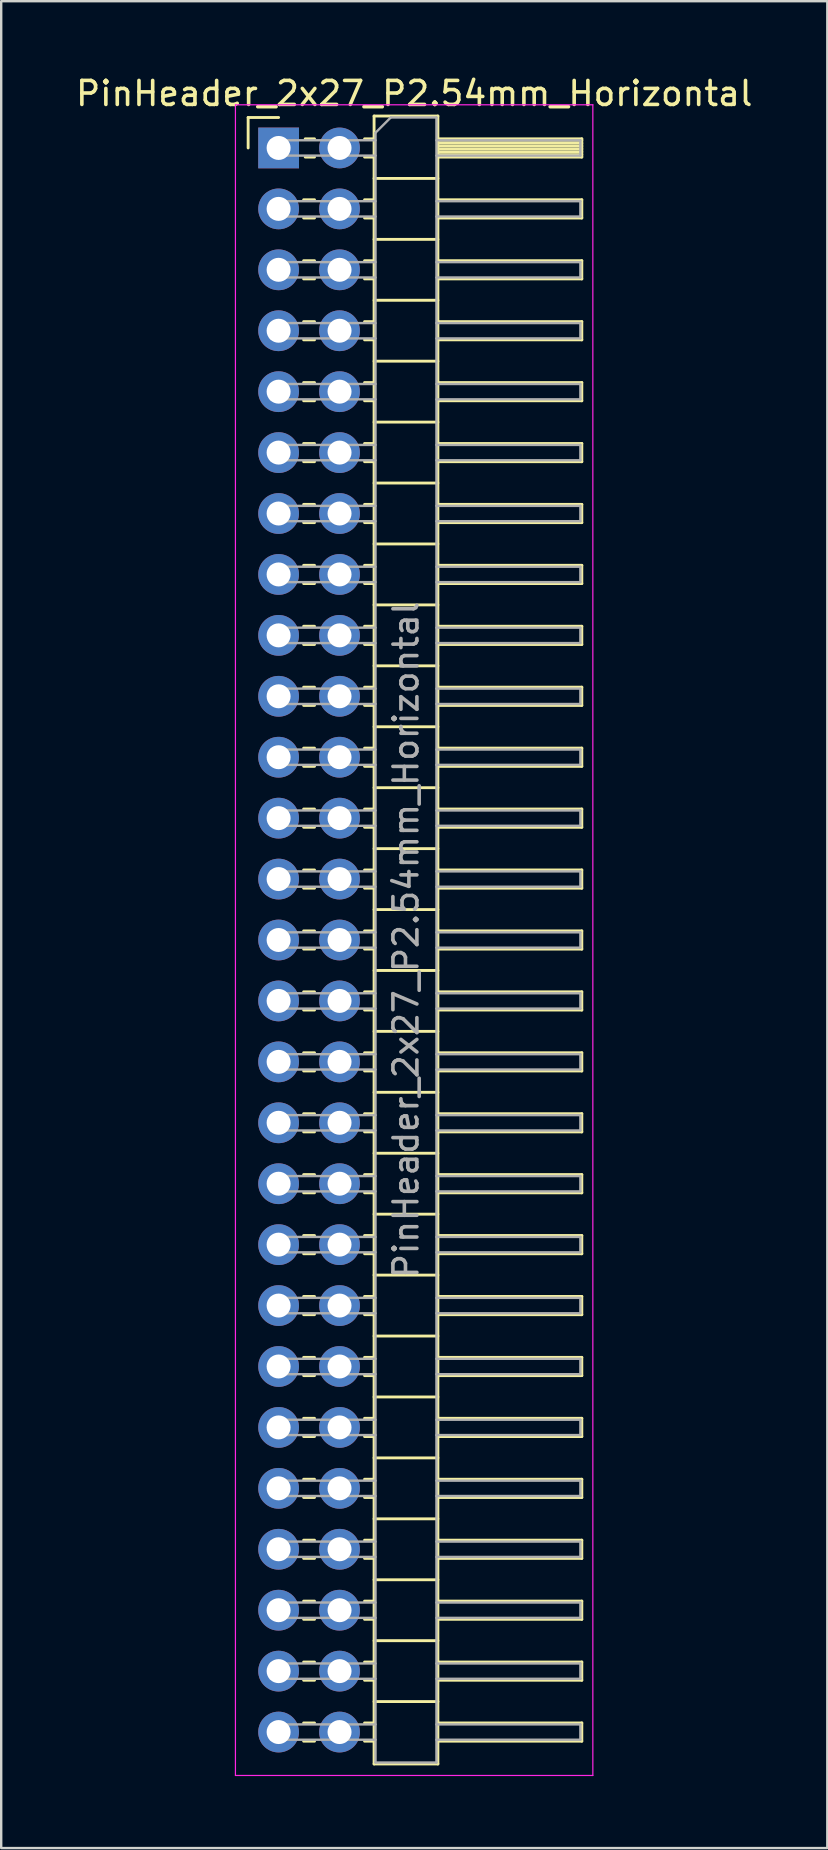
<source format=kicad_pcb>
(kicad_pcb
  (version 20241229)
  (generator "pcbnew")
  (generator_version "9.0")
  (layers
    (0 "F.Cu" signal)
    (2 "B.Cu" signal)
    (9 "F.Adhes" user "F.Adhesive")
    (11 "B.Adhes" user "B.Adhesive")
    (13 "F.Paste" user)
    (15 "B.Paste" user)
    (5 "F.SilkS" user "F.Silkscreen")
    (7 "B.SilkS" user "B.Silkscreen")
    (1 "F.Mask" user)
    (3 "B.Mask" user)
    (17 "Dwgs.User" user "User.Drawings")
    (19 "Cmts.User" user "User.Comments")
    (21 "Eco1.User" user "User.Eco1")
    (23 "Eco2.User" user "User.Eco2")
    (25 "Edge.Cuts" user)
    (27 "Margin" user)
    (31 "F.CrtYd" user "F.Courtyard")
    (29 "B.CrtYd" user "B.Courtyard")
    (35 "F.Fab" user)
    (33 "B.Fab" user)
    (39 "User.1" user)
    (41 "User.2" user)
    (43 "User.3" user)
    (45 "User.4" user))
  (footprint "PinHeader_2x27_P2.54mm_Horizontal"
    (layer "F.Cu")
    (at 8.565 3.118)
    (property "Reference" "PinHeader_2x27_P2.54mm_Horizontal" (at 5.655 -2.27 0) (layer "F.SilkS") (effects (font (size 1 1) (thickness 0.15))))
    (attr through_hole)
    (fp_line (start -1.27 -1.27) (end 0 -1.27) (stroke (width 0.12) (type solid)) (layer "F.SilkS"))
    (fp_line (start -1.27 0) (end -1.27 -1.27) (stroke (width 0.12) (type solid)) (layer "F.SilkS"))
    (fp_line (start 1.043 2.16) (end 1.497 2.16) (stroke (width 0.12) (type solid)) (layer "F.SilkS"))
    (fp_line (start 1.043 2.92) (end 1.497 2.92) (stroke (width 0.12) (type solid)) (layer "F.SilkS"))
    (fp_line (start 1.043 4.7) (end 1.497 4.7) (stroke (width 0.12) (type solid)) (layer "F.SilkS"))
    (fp_line (start 1.043 5.46) (end 1.497 5.46) (stroke (width 0.12) (type solid)) (layer "F.SilkS"))
    (fp_line (start 1.043 7.24) (end 1.497 7.24) (stroke (width 0.12) (type solid)) (layer "F.SilkS"))
    (fp_line (start 1.043 8) (end 1.497 8) (stroke (width 0.12) (type solid)) (layer "F.SilkS"))
    (fp_line (start 1.043 9.78) (end 1.497 9.78) (stroke (width 0.12) (type solid)) (layer "F.SilkS"))
    (fp_line (start 1.043 10.54) (end 1.497 10.54) (stroke (width 0.12) (type solid)) (layer "F.SilkS"))
    (fp_line (start 1.043 12.32) (end 1.497 12.32) (stroke (width 0.12) (type solid)) (layer "F.SilkS"))
    (fp_line (start 1.043 13.08) (end 1.497 13.08) (stroke (width 0.12) (type solid)) (layer "F.SilkS"))
    (fp_line (start 1.043 14.86) (end 1.497 14.86) (stroke (width 0.12) (type solid)) (layer "F.SilkS"))
    (fp_line (start 1.043 15.62) (end 1.497 15.62) (stroke (width 0.12) (type solid)) (layer "F.SilkS"))
    (fp_line (start 1.043 17.4) (end 1.497 17.4) (stroke (width 0.12) (type solid)) (layer "F.SilkS"))
    (fp_line (start 1.043 18.16) (end 1.497 18.16) (stroke (width 0.12) (type solid)) (layer "F.SilkS"))
    (fp_line (start 1.043 19.94) (end 1.497 19.94) (stroke (width 0.12) (type solid)) (layer "F.SilkS"))
    (fp_line (start 1.043 20.7) (end 1.497 20.7) (stroke (width 0.12) (type solid)) (layer "F.SilkS"))
    (fp_line (start 1.043 22.48) (end 1.497 22.48) (stroke (width 0.12) (type solid)) (layer "F.SilkS"))
    (fp_line (start 1.043 23.24) (end 1.497 23.24) (stroke (width 0.12) (type solid)) (layer "F.SilkS"))
    (fp_line (start 1.043 25.02) (end 1.497 25.02) (stroke (width 0.12) (type solid)) (layer "F.SilkS"))
    (fp_line (start 1.043 25.78) (end 1.497 25.78) (stroke (width 0.12) (type solid)) (layer "F.SilkS"))
    (fp_line (start 1.043 27.56) (end 1.497 27.56) (stroke (width 0.12) (type solid)) (layer "F.SilkS"))
    (fp_line (start 1.043 28.32) (end 1.497 28.32) (stroke (width 0.12) (type solid)) (layer "F.SilkS"))
    (fp_line (start 1.043 30.1) (end 1.497 30.1) (stroke (width 0.12) (type solid)) (layer "F.SilkS"))
    (fp_line (start 1.043 30.86) (end 1.497 30.86) (stroke (width 0.12) (type solid)) (layer "F.SilkS"))
    (fp_line (start 1.043 32.64) (end 1.497 32.64) (stroke (width 0.12) (type solid)) (layer "F.SilkS"))
    (fp_line (start 1.043 33.4) (end 1.497 33.4) (stroke (width 0.12) (type solid)) (layer "F.SilkS"))
    (fp_line (start 1.043 35.18) (end 1.497 35.18) (stroke (width 0.12) (type solid)) (layer "F.SilkS"))
    (fp_line (start 1.043 35.94) (end 1.497 35.94) (stroke (width 0.12) (type solid)) (layer "F.SilkS"))
    (fp_line (start 1.043 37.72) (end 1.497 37.72) (stroke (width 0.12) (type solid)) (layer "F.SilkS"))
    (fp_line (start 1.043 38.48) (end 1.497 38.48) (stroke (width 0.12) (type solid)) (layer "F.SilkS"))
    (fp_line (start 1.043 40.26) (end 1.497 40.26) (stroke (width 0.12) (type solid)) (layer "F.SilkS"))
    (fp_line (start 1.043 41.02) (end 1.497 41.02) (stroke (width 0.12) (type solid)) (layer "F.SilkS"))
    (fp_line (start 1.043 42.8) (end 1.497 42.8) (stroke (width 0.12) (type solid)) (layer "F.SilkS"))
    (fp_line (start 1.043 43.56) (end 1.497 43.56) (stroke (width 0.12) (type solid)) (layer "F.SilkS"))
    (fp_line (start 1.043 45.34) (end 1.497 45.34) (stroke (width 0.12) (type solid)) (layer "F.SilkS"))
    (fp_line (start 1.043 46.1) (end 1.497 46.1) (stroke (width 0.12) (type solid)) (layer "F.SilkS"))
    (fp_line (start 1.043 47.88) (end 1.497 47.88) (stroke (width 0.12) (type solid)) (layer "F.SilkS"))
    (fp_line (start 1.043 48.64) (end 1.497 48.64) (stroke (width 0.12) (type solid)) (layer "F.SilkS"))
    (fp_line (start 1.043 50.42) (end 1.497 50.42) (stroke (width 0.12) (type solid)) (layer "F.SilkS"))
    (fp_line (start 1.043 51.18) (end 1.497 51.18) (stroke (width 0.12) (type solid)) (layer "F.SilkS"))
    (fp_line (start 1.043 52.96) (end 1.497 52.96) (stroke (width 0.12) (type solid)) (layer "F.SilkS"))
    (fp_line (start 1.043 53.72) (end 1.497 53.72) (stroke (width 0.12) (type solid)) (layer "F.SilkS"))
    (fp_line (start 1.043 55.5) (end 1.497 55.5) (stroke (width 0.12) (type solid)) (layer "F.SilkS"))
    (fp_line (start 1.043 56.26) (end 1.497 56.26) (stroke (width 0.12) (type solid)) (layer "F.SilkS"))
    (fp_line (start 1.043 58.04) (end 1.497 58.04) (stroke (width 0.12) (type solid)) (layer "F.SilkS"))
    (fp_line (start 1.043 58.8) (end 1.497 58.8) (stroke (width 0.12) (type solid)) (layer "F.SilkS"))
    (fp_line (start 1.043 60.58) (end 1.497 60.58) (stroke (width 0.12) (type solid)) (layer "F.SilkS"))
    (fp_line (start 1.043 61.34) (end 1.497 61.34) (stroke (width 0.12) (type solid)) (layer "F.SilkS"))
    (fp_line (start 1.043 63.12) (end 1.497 63.12) (stroke (width 0.12) (type solid)) (layer "F.SilkS"))
    (fp_line (start 1.043 63.88) (end 1.497 63.88) (stroke (width 0.12) (type solid)) (layer "F.SilkS"))
    (fp_line (start 1.043 65.66) (end 1.497 65.66) (stroke (width 0.12) (type solid)) (layer "F.SilkS"))
    (fp_line (start 1.043 66.42) (end 1.497 66.42) (stroke (width 0.12) (type solid)) (layer "F.SilkS"))
    (fp_line (start 1.11 -0.38) (end 1.497 -0.38) (stroke (width 0.12) (type solid)) (layer "F.SilkS"))
    (fp_line (start 1.11 0.38) (end 1.497 0.38) (stroke (width 0.12) (type solid)) (layer "F.SilkS"))
    (fp_line (start 3.583 -0.38) (end 3.98 -0.38) (stroke (width 0.12) (type solid)) (layer "F.SilkS"))
    (fp_line (start 3.583 0.38) (end 3.98 0.38) (stroke (width 0.12) (type solid)) (layer "F.SilkS"))
    (fp_line (start 3.583 2.16) (end 3.98 2.16) (stroke (width 0.12) (type solid)) (layer "F.SilkS"))
    (fp_line (start 3.583 2.92) (end 3.98 2.92) (stroke (width 0.12) (type solid)) (layer "F.SilkS"))
    (fp_line (start 3.583 4.7) (end 3.98 4.7) (stroke (width 0.12) (type solid)) (layer "F.SilkS"))
    (fp_line (start 3.583 5.46) (end 3.98 5.46) (stroke (width 0.12) (type solid)) (layer "F.SilkS"))
    (fp_line (start 3.583 7.24) (end 3.98 7.24) (stroke (width 0.12) (type solid)) (layer "F.SilkS"))
    (fp_line (start 3.583 8) (end 3.98 8) (stroke (width 0.12) (type solid)) (layer "F.SilkS"))
    (fp_line (start 3.583 9.78) (end 3.98 9.78) (stroke (width 0.12) (type solid)) (layer "F.SilkS"))
    (fp_line (start 3.583 10.54) (end 3.98 10.54) (stroke (width 0.12) (type solid)) (layer "F.SilkS"))
    (fp_line (start 3.583 12.32) (end 3.98 12.32) (stroke (width 0.12) (type solid)) (layer "F.SilkS"))
    (fp_line (start 3.583 13.08) (end 3.98 13.08) (stroke (width 0.12) (type solid)) (layer "F.SilkS"))
    (fp_line (start 3.583 14.86) (end 3.98 14.86) (stroke (width 0.12) (type solid)) (layer "F.SilkS"))
    (fp_line (start 3.583 15.62) (end 3.98 15.62) (stroke (width 0.12) (type solid)) (layer "F.SilkS"))
    (fp_line (start 3.583 17.4) (end 3.98 17.4) (stroke (width 0.12) (type solid)) (layer "F.SilkS"))
    (fp_line (start 3.583 18.16) (end 3.98 18.16) (stroke (width 0.12) (type solid)) (layer "F.SilkS"))
    (fp_line (start 3.583 19.94) (end 3.98 19.94) (stroke (width 0.12) (type solid)) (layer "F.SilkS"))
    (fp_line (start 3.583 20.7) (end 3.98 20.7) (stroke (width 0.12) (type solid)) (layer "F.SilkS"))
    (fp_line (start 3.583 22.48) (end 3.98 22.48) (stroke (width 0.12) (type solid)) (layer "F.SilkS"))
    (fp_line (start 3.583 23.24) (end 3.98 23.24) (stroke (width 0.12) (type solid)) (layer "F.SilkS"))
    (fp_line (start 3.583 25.02) (end 3.98 25.02) (stroke (width 0.12) (type solid)) (layer "F.SilkS"))
    (fp_line (start 3.583 25.78) (end 3.98 25.78) (stroke (width 0.12) (type solid)) (layer "F.SilkS"))
    (fp_line (start 3.583 27.56) (end 3.98 27.56) (stroke (width 0.12) (type solid)) (layer "F.SilkS"))
    (fp_line (start 3.583 28.32) (end 3.98 28.32) (stroke (width 0.12) (type solid)) (layer "F.SilkS"))
    (fp_line (start 3.583 30.1) (end 3.98 30.1) (stroke (width 0.12) (type solid)) (layer "F.SilkS"))
    (fp_line (start 3.583 30.86) (end 3.98 30.86) (stroke (width 0.12) (type solid)) (layer "F.SilkS"))
    (fp_line (start 3.583 32.64) (end 3.98 32.64) (stroke (width 0.12) (type solid)) (layer "F.SilkS"))
    (fp_line (start 3.583 33.4) (end 3.98 33.4) (stroke (width 0.12) (type solid)) (layer "F.SilkS"))
    (fp_line (start 3.583 35.18) (end 3.98 35.18) (stroke (width 0.12) (type solid)) (layer "F.SilkS"))
    (fp_line (start 3.583 35.94) (end 3.98 35.94) (stroke (width 0.12) (type solid)) (layer "F.SilkS"))
    (fp_line (start 3.583 37.72) (end 3.98 37.72) (stroke (width 0.12) (type solid)) (layer "F.SilkS"))
    (fp_line (start 3.583 38.48) (end 3.98 38.48) (stroke (width 0.12) (type solid)) (layer "F.SilkS"))
    (fp_line (start 3.583 40.26) (end 3.98 40.26) (stroke (width 0.12) (type solid)) (layer "F.SilkS"))
    (fp_line (start 3.583 41.02) (end 3.98 41.02) (stroke (width 0.12) (type solid)) (layer "F.SilkS"))
    (fp_line (start 3.583 42.8) (end 3.98 42.8) (stroke (width 0.12) (type solid)) (layer "F.SilkS"))
    (fp_line (start 3.583 43.56) (end 3.98 43.56) (stroke (width 0.12) (type solid)) (layer "F.SilkS"))
    (fp_line (start 3.583 45.34) (end 3.98 45.34) (stroke (width 0.12) (type solid)) (layer "F.SilkS"))
    (fp_line (start 3.583 46.1) (end 3.98 46.1) (stroke (width 0.12) (type solid)) (layer "F.SilkS"))
    (fp_line (start 3.583 47.88) (end 3.98 47.88) (stroke (width 0.12) (type solid)) (layer "F.SilkS"))
    (fp_line (start 3.583 48.64) (end 3.98 48.64) (stroke (width 0.12) (type solid)) (layer "F.SilkS"))
    (fp_line (start 3.583 50.42) (end 3.98 50.42) (stroke (width 0.12) (type solid)) (layer "F.SilkS"))
    (fp_line (start 3.583 51.18) (end 3.98 51.18) (stroke (width 0.12) (type solid)) (layer "F.SilkS"))
    (fp_line (start 3.583 52.96) (end 3.98 52.96) (stroke (width 0.12) (type solid)) (layer "F.SilkS"))
    (fp_line (start 3.583 53.72) (end 3.98 53.72) (stroke (width 0.12) (type solid)) (layer "F.SilkS"))
    (fp_line (start 3.583 55.5) (end 3.98 55.5) (stroke (width 0.12) (type solid)) (layer "F.SilkS"))
    (fp_line (start 3.583 56.26) (end 3.98 56.26) (stroke (width 0.12) (type solid)) (layer "F.SilkS"))
    (fp_line (start 3.583 58.04) (end 3.98 58.04) (stroke (width 0.12) (type solid)) (layer "F.SilkS"))
    (fp_line (start 3.583 58.8) (end 3.98 58.8) (stroke (width 0.12) (type solid)) (layer "F.SilkS"))
    (fp_line (start 3.583 60.58) (end 3.98 60.58) (stroke (width 0.12) (type solid)) (layer "F.SilkS"))
    (fp_line (start 3.583 61.34) (end 3.98 61.34) (stroke (width 0.12) (type solid)) (layer "F.SilkS"))
    (fp_line (start 3.583 63.12) (end 3.98 63.12) (stroke (width 0.12) (type solid)) (layer "F.SilkS"))
    (fp_line (start 3.583 63.88) (end 3.98 63.88) (stroke (width 0.12) (type solid)) (layer "F.SilkS"))
    (fp_line (start 3.583 65.66) (end 3.98 65.66) (stroke (width 0.12) (type solid)) (layer "F.SilkS"))
    (fp_line (start 3.583 66.42) (end 3.98 66.42) (stroke (width 0.12) (type solid)) (layer "F.SilkS"))
    (fp_line (start 3.98 -1.33) (end 3.98 67.37) (stroke (width 0.12) (type solid)) (layer "F.SilkS"))
    (fp_line (start 3.98 1.27) (end 6.64 1.27) (stroke (width 0.12) (type solid)) (layer "F.SilkS"))
    (fp_line (start 3.98 3.81) (end 6.64 3.81) (stroke (width 0.12) (type solid)) (layer "F.SilkS"))
    (fp_line (start 3.98 6.35) (end 6.64 6.35) (stroke (width 0.12) (type solid)) (layer "F.SilkS"))
    (fp_line (start 3.98 8.89) (end 6.64 8.89) (stroke (width 0.12) (type solid)) (layer "F.SilkS"))
    (fp_line (start 3.98 11.43) (end 6.64 11.43) (stroke (width 0.12) (type solid)) (layer "F.SilkS"))
    (fp_line (start 3.98 13.97) (end 6.64 13.97) (stroke (width 0.12) (type solid)) (layer "F.SilkS"))
    (fp_line (start 3.98 16.51) (end 6.64 16.51) (stroke (width 0.12) (type solid)) (layer "F.SilkS"))
    (fp_line (start 3.98 19.05) (end 6.64 19.05) (stroke (width 0.12) (type solid)) (layer "F.SilkS"))
    (fp_line (start 3.98 21.59) (end 6.64 21.59) (stroke (width 0.12) (type solid)) (layer "F.SilkS"))
    (fp_line (start 3.98 24.13) (end 6.64 24.13) (stroke (width 0.12) (type solid)) (layer "F.SilkS"))
    (fp_line (start 3.98 26.67) (end 6.64 26.67) (stroke (width 0.12) (type solid)) (layer "F.SilkS"))
    (fp_line (start 3.98 29.21) (end 6.64 29.21) (stroke (width 0.12) (type solid)) (layer "F.SilkS"))
    (fp_line (start 3.98 31.75) (end 6.64 31.75) (stroke (width 0.12) (type solid)) (layer "F.SilkS"))
    (fp_line (start 3.98 34.29) (end 6.64 34.29) (stroke (width 0.12) (type solid)) (layer "F.SilkS"))
    (fp_line (start 3.98 36.83) (end 6.64 36.83) (stroke (width 0.12) (type solid)) (layer "F.SilkS"))
    (fp_line (start 3.98 39.37) (end 6.64 39.37) (stroke (width 0.12) (type solid)) (layer "F.SilkS"))
    (fp_line (start 3.98 41.91) (end 6.64 41.91) (stroke (width 0.12) (type solid)) (layer "F.SilkS"))
    (fp_line (start 3.98 44.45) (end 6.64 44.45) (stroke (width 0.12) (type solid)) (layer "F.SilkS"))
    (fp_line (start 3.98 46.99) (end 6.64 46.99) (stroke (width 0.12) (type solid)) (layer "F.SilkS"))
    (fp_line (start 3.98 49.53) (end 6.64 49.53) (stroke (width 0.12) (type solid)) (layer "F.SilkS"))
    (fp_line (start 3.98 52.07) (end 6.64 52.07) (stroke (width 0.12) (type solid)) (layer "F.SilkS"))
    (fp_line (start 3.98 54.61) (end 6.64 54.61) (stroke (width 0.12) (type solid)) (layer "F.SilkS"))
    (fp_line (start 3.98 57.15) (end 6.64 57.15) (stroke (width 0.12) (type solid)) (layer "F.SilkS"))
    (fp_line (start 3.98 59.69) (end 6.64 59.69) (stroke (width 0.12) (type solid)) (layer "F.SilkS"))
    (fp_line (start 3.98 62.23) (end 6.64 62.23) (stroke (width 0.12) (type solid)) (layer "F.SilkS"))
    (fp_line (start 3.98 64.77) (end 6.64 64.77) (stroke (width 0.12) (type solid)) (layer "F.SilkS"))
    (fp_line (start 3.98 67.37) (end 6.64 67.37) (stroke (width 0.12) (type solid)) (layer "F.SilkS"))
    (fp_line (start 6.64 -1.33) (end 3.98 -1.33) (stroke (width 0.12) (type solid)) (layer "F.SilkS"))
    (fp_line (start 6.64 -0.38) (end 12.64 -0.38) (stroke (width 0.12) (type solid)) (layer "F.SilkS"))
    (fp_line (start 6.64 -0.32) (end 12.64 -0.32) (stroke (width 0.12) (type solid)) (layer "F.SilkS"))
    (fp_line (start 6.64 -0.2) (end 12.64 -0.2) (stroke (width 0.12) (type solid)) (layer "F.SilkS"))
    (fp_line (start 6.64 -0.08) (end 12.64 -0.08) (stroke (width 0.12) (type solid)) (layer "F.SilkS"))
    (fp_line (start 6.64 0.04) (end 12.64 0.04) (stroke (width 0.12) (type solid)) (layer "F.SilkS"))
    (fp_line (start 6.64 0.16) (end 12.64 0.16) (stroke (width 0.12) (type solid)) (layer "F.SilkS"))
    (fp_line (start 6.64 0.28) (end 12.64 0.28) (stroke (width 0.12) (type solid)) (layer "F.SilkS"))
    (fp_line (start 6.64 2.16) (end 12.64 2.16) (stroke (width 0.12) (type solid)) (layer "F.SilkS"))
    (fp_line (start 6.64 4.7) (end 12.64 4.7) (stroke (width 0.12) (type solid)) (layer "F.SilkS"))
    (fp_line (start 6.64 7.24) (end 12.64 7.24) (stroke (width 0.12) (type solid)) (layer "F.SilkS"))
    (fp_line (start 6.64 9.78) (end 12.64 9.78) (stroke (width 0.12) (type solid)) (layer "F.SilkS"))
    (fp_line (start 6.64 12.32) (end 12.64 12.32) (stroke (width 0.12) (type solid)) (layer "F.SilkS"))
    (fp_line (start 6.64 14.86) (end 12.64 14.86) (stroke (width 0.12) (type solid)) (layer "F.SilkS"))
    (fp_line (start 6.64 17.4) (end 12.64 17.4) (stroke (width 0.12) (type solid)) (layer "F.SilkS"))
    (fp_line (start 6.64 19.94) (end 12.64 19.94) (stroke (width 0.12) (type solid)) (layer "F.SilkS"))
    (fp_line (start 6.64 22.48) (end 12.64 22.48) (stroke (width 0.12) (type solid)) (layer "F.SilkS"))
    (fp_line (start 6.64 25.02) (end 12.64 25.02) (stroke (width 0.12) (type solid)) (layer "F.SilkS"))
    (fp_line (start 6.64 27.56) (end 12.64 27.56) (stroke (width 0.12) (type solid)) (layer "F.SilkS"))
    (fp_line (start 6.64 30.1) (end 12.64 30.1) (stroke (width 0.12) (type solid)) (layer "F.SilkS"))
    (fp_line (start 6.64 32.64) (end 12.64 32.64) (stroke (width 0.12) (type solid)) (layer "F.SilkS"))
    (fp_line (start 6.64 35.18) (end 12.64 35.18) (stroke (width 0.12) (type solid)) (layer "F.SilkS"))
    (fp_line (start 6.64 37.72) (end 12.64 37.72) (stroke (width 0.12) (type solid)) (layer "F.SilkS"))
    (fp_line (start 6.64 40.26) (end 12.64 40.26) (stroke (width 0.12) (type solid)) (layer "F.SilkS"))
    (fp_line (start 6.64 42.8) (end 12.64 42.8) (stroke (width 0.12) (type solid)) (layer "F.SilkS"))
    (fp_line (start 6.64 45.34) (end 12.64 45.34) (stroke (width 0.12) (type solid)) (layer "F.SilkS"))
    (fp_line (start 6.64 47.88) (end 12.64 47.88) (stroke (width 0.12) (type solid)) (layer "F.SilkS"))
    (fp_line (start 6.64 50.42) (end 12.64 50.42) (stroke (width 0.12) (type solid)) (layer "F.SilkS"))
    (fp_line (start 6.64 52.96) (end 12.64 52.96) (stroke (width 0.12) (type solid)) (layer "F.SilkS"))
    (fp_line (start 6.64 55.5) (end 12.64 55.5) (stroke (width 0.12) (type solid)) (layer "F.SilkS"))
    (fp_line (start 6.64 58.04) (end 12.64 58.04) (stroke (width 0.12) (type solid)) (layer "F.SilkS"))
    (fp_line (start 6.64 60.58) (end 12.64 60.58) (stroke (width 0.12) (type solid)) (layer "F.SilkS"))
    (fp_line (start 6.64 63.12) (end 12.64 63.12) (stroke (width 0.12) (type solid)) (layer "F.SilkS"))
    (fp_line (start 6.64 65.66) (end 12.64 65.66) (stroke (width 0.12) (type solid)) (layer "F.SilkS"))
    (fp_line (start 6.64 67.37) (end 6.64 -1.33) (stroke (width 0.12) (type solid)) (layer "F.SilkS"))
    (fp_line (start 12.64 -0.38) (end 12.64 0.38) (stroke (width 0.12) (type solid)) (layer "F.SilkS"))
    (fp_line (start 12.64 0.38) (end 6.64 0.38) (stroke (width 0.12) (type solid)) (layer "F.SilkS"))
    (fp_line (start 12.64 2.16) (end 12.64 2.92) (stroke (width 0.12) (type solid)) (layer "F.SilkS"))
    (fp_line (start 12.64 2.92) (end 6.64 2.92) (stroke (width 0.12) (type solid)) (layer "F.SilkS"))
    (fp_line (start 12.64 4.7) (end 12.64 5.46) (stroke (width 0.12) (type solid)) (layer "F.SilkS"))
    (fp_line (start 12.64 5.46) (end 6.64 5.46) (stroke (width 0.12) (type solid)) (layer "F.SilkS"))
    (fp_line (start 12.64 7.24) (end 12.64 8) (stroke (width 0.12) (type solid)) (layer "F.SilkS"))
    (fp_line (start 12.64 8) (end 6.64 8) (stroke (width 0.12) (type solid)) (layer "F.SilkS"))
    (fp_line (start 12.64 9.78) (end 12.64 10.54) (stroke (width 0.12) (type solid)) (layer "F.SilkS"))
    (fp_line (start 12.64 10.54) (end 6.64 10.54) (stroke (width 0.12) (type solid)) (layer "F.SilkS"))
    (fp_line (start 12.64 12.32) (end 12.64 13.08) (stroke (width 0.12) (type solid)) (layer "F.SilkS"))
    (fp_line (start 12.64 13.08) (end 6.64 13.08) (stroke (width 0.12) (type solid)) (layer "F.SilkS"))
    (fp_line (start 12.64 14.86) (end 12.64 15.62) (stroke (width 0.12) (type solid)) (layer "F.SilkS"))
    (fp_line (start 12.64 15.62) (end 6.64 15.62) (stroke (width 0.12) (type solid)) (layer "F.SilkS"))
    (fp_line (start 12.64 17.4) (end 12.64 18.16) (stroke (width 0.12) (type solid)) (layer "F.SilkS"))
    (fp_line (start 12.64 18.16) (end 6.64 18.16) (stroke (width 0.12) (type solid)) (layer "F.SilkS"))
    (fp_line (start 12.64 19.94) (end 12.64 20.7) (stroke (width 0.12) (type solid)) (layer "F.SilkS"))
    (fp_line (start 12.64 20.7) (end 6.64 20.7) (stroke (width 0.12) (type solid)) (layer "F.SilkS"))
    (fp_line (start 12.64 22.48) (end 12.64 23.24) (stroke (width 0.12) (type solid)) (layer "F.SilkS"))
    (fp_line (start 12.64 23.24) (end 6.64 23.24) (stroke (width 0.12) (type solid)) (layer "F.SilkS"))
    (fp_line (start 12.64 25.02) (end 12.64 25.78) (stroke (width 0.12) (type solid)) (layer "F.SilkS"))
    (fp_line (start 12.64 25.78) (end 6.64 25.78) (stroke (width 0.12) (type solid)) (layer "F.SilkS"))
    (fp_line (start 12.64 27.56) (end 12.64 28.32) (stroke (width 0.12) (type solid)) (layer "F.SilkS"))
    (fp_line (start 12.64 28.32) (end 6.64 28.32) (stroke (width 0.12) (type solid)) (layer "F.SilkS"))
    (fp_line (start 12.64 30.1) (end 12.64 30.86) (stroke (width 0.12) (type solid)) (layer "F.SilkS"))
    (fp_line (start 12.64 30.86) (end 6.64 30.86) (stroke (width 0.12) (type solid)) (layer "F.SilkS"))
    (fp_line (start 12.64 32.64) (end 12.64 33.4) (stroke (width 0.12) (type solid)) (layer "F.SilkS"))
    (fp_line (start 12.64 33.4) (end 6.64 33.4) (stroke (width 0.12) (type solid)) (layer "F.SilkS"))
    (fp_line (start 12.64 35.18) (end 12.64 35.94) (stroke (width 0.12) (type solid)) (layer "F.SilkS"))
    (fp_line (start 12.64 35.94) (end 6.64 35.94) (stroke (width 0.12) (type solid)) (layer "F.SilkS"))
    (fp_line (start 12.64 37.72) (end 12.64 38.48) (stroke (width 0.12) (type solid)) (layer "F.SilkS"))
    (fp_line (start 12.64 38.48) (end 6.64 38.48) (stroke (width 0.12) (type solid)) (layer "F.SilkS"))
    (fp_line (start 12.64 40.26) (end 12.64 41.02) (stroke (width 0.12) (type solid)) (layer "F.SilkS"))
    (fp_line (start 12.64 41.02) (end 6.64 41.02) (stroke (width 0.12) (type solid)) (layer "F.SilkS"))
    (fp_line (start 12.64 42.8) (end 12.64 43.56) (stroke (width 0.12) (type solid)) (layer "F.SilkS"))
    (fp_line (start 12.64 43.56) (end 6.64 43.56) (stroke (width 0.12) (type solid)) (layer "F.SilkS"))
    (fp_line (start 12.64 45.34) (end 12.64 46.1) (stroke (width 0.12) (type solid)) (layer "F.SilkS"))
    (fp_line (start 12.64 46.1) (end 6.64 46.1) (stroke (width 0.12) (type solid)) (layer "F.SilkS"))
    (fp_line (start 12.64 47.88) (end 12.64 48.64) (stroke (width 0.12) (type solid)) (layer "F.SilkS"))
    (fp_line (start 12.64 48.64) (end 6.64 48.64) (stroke (width 0.12) (type solid)) (layer "F.SilkS"))
    (fp_line (start 12.64 50.42) (end 12.64 51.18) (stroke (width 0.12) (type solid)) (layer "F.SilkS"))
    (fp_line (start 12.64 51.18) (end 6.64 51.18) (stroke (width 0.12) (type solid)) (layer "F.SilkS"))
    (fp_line (start 12.64 52.96) (end 12.64 53.72) (stroke (width 0.12) (type solid)) (layer "F.SilkS"))
    (fp_line (start 12.64 53.72) (end 6.64 53.72) (stroke (width 0.12) (type solid)) (layer "F.SilkS"))
    (fp_line (start 12.64 55.5) (end 12.64 56.26) (stroke (width 0.12) (type solid)) (layer "F.SilkS"))
    (fp_line (start 12.64 56.26) (end 6.64 56.26) (stroke (width 0.12) (type solid)) (layer "F.SilkS"))
    (fp_line (start 12.64 58.04) (end 12.64 58.8) (stroke (width 0.12) (type solid)) (layer "F.SilkS"))
    (fp_line (start 12.64 58.8) (end 6.64 58.8) (stroke (width 0.12) (type solid)) (layer "F.SilkS"))
    (fp_line (start 12.64 60.58) (end 12.64 61.34) (stroke (width 0.12) (type solid)) (layer "F.SilkS"))
    (fp_line (start 12.64 61.34) (end 6.64 61.34) (stroke (width 0.12) (type solid)) (layer "F.SilkS"))
    (fp_line (start 12.64 63.12) (end 12.64 63.88) (stroke (width 0.12) (type solid)) (layer "F.SilkS"))
    (fp_line (start 12.64 63.88) (end 6.64 63.88) (stroke (width 0.12) (type solid)) (layer "F.SilkS"))
    (fp_line (start 12.64 65.66) (end 12.64 66.42) (stroke (width 0.12) (type solid)) (layer "F.SilkS"))
    (fp_line (start 12.64 66.42) (end 6.64 66.42) (stroke (width 0.12) (type solid)) (layer "F.SilkS"))
    (fp_line (start -1.8 -1.8) (end -1.8 67.85) (stroke (width 0.05) (type solid)) (layer "F.CrtYd"))
    (fp_line (start -1.8 67.85) (end 13.1 67.85) (stroke (width 0.05) (type solid)) (layer "F.CrtYd"))
    (fp_line (start 13.1 -1.8) (end -1.8 -1.8) (stroke (width 0.05) (type solid)) (layer "F.CrtYd"))
    (fp_line (start 13.1 67.85) (end 13.1 -1.8) (stroke (width 0.05) (type solid)) (layer "F.CrtYd"))
    (fp_line (start -0.32 -0.32) (end -0.32 0.32) (stroke (width 0.1) (type solid)) (layer "F.Fab"))
    (fp_line (start -0.32 -0.32) (end 4.04 -0.32) (stroke (width 0.1) (type solid)) (layer "F.Fab"))
    (fp_line (start -0.32 0.32) (end 4.04 0.32) (stroke (width 0.1) (type solid)) (layer "F.Fab"))
    (fp_line (start -0.32 2.22) (end -0.32 2.86) (stroke (width 0.1) (type solid)) (layer "F.Fab"))
    (fp_line (start -0.32 2.22) (end 4.04 2.22) (stroke (width 0.1) (type solid)) (layer "F.Fab"))
    (fp_line (start -0.32 2.86) (end 4.04 2.86) (stroke (width 0.1) (type solid)) (layer "F.Fab"))
    (fp_line (start -0.32 4.76) (end -0.32 5.4) (stroke (width 0.1) (type solid)) (layer "F.Fab"))
    (fp_line (start -0.32 4.76) (end 4.04 4.76) (stroke (width 0.1) (type solid)) (layer "F.Fab"))
    (fp_line (start -0.32 5.4) (end 4.04 5.4) (stroke (width 0.1) (type solid)) (layer "F.Fab"))
    (fp_line (start -0.32 7.3) (end -0.32 7.94) (stroke (width 0.1) (type solid)) (layer "F.Fab"))
    (fp_line (start -0.32 7.3) (end 4.04 7.3) (stroke (width 0.1) (type solid)) (layer "F.Fab"))
    (fp_line (start -0.32 7.94) (end 4.04 7.94) (stroke (width 0.1) (type solid)) (layer "F.Fab"))
    (fp_line (start -0.32 9.84) (end -0.32 10.48) (stroke (width 0.1) (type solid)) (layer "F.Fab"))
    (fp_line (start -0.32 9.84) (end 4.04 9.84) (stroke (width 0.1) (type solid)) (layer "F.Fab"))
    (fp_line (start -0.32 10.48) (end 4.04 10.48) (stroke (width 0.1) (type solid)) (layer "F.Fab"))
    (fp_line (start -0.32 12.38) (end -0.32 13.02) (stroke (width 0.1) (type solid)) (layer "F.Fab"))
    (fp_line (start -0.32 12.38) (end 4.04 12.38) (stroke (width 0.1) (type solid)) (layer "F.Fab"))
    (fp_line (start -0.32 13.02) (end 4.04 13.02) (stroke (width 0.1) (type solid)) (layer "F.Fab"))
    (fp_line (start -0.32 14.92) (end -0.32 15.56) (stroke (width 0.1) (type solid)) (layer "F.Fab"))
    (fp_line (start -0.32 14.92) (end 4.04 14.92) (stroke (width 0.1) (type solid)) (layer "F.Fab"))
    (fp_line (start -0.32 15.56) (end 4.04 15.56) (stroke (width 0.1) (type solid)) (layer "F.Fab"))
    (fp_line (start -0.32 17.46) (end -0.32 18.1) (stroke (width 0.1) (type solid)) (layer "F.Fab"))
    (fp_line (start -0.32 17.46) (end 4.04 17.46) (stroke (width 0.1) (type solid)) (layer "F.Fab"))
    (fp_line (start -0.32 18.1) (end 4.04 18.1) (stroke (width 0.1) (type solid)) (layer "F.Fab"))
    (fp_line (start -0.32 20) (end -0.32 20.64) (stroke (width 0.1) (type solid)) (layer "F.Fab"))
    (fp_line (start -0.32 20) (end 4.04 20) (stroke (width 0.1) (type solid)) (layer "F.Fab"))
    (fp_line (start -0.32 20.64) (end 4.04 20.64) (stroke (width 0.1) (type solid)) (layer "F.Fab"))
    (fp_line (start -0.32 22.54) (end -0.32 23.18) (stroke (width 0.1) (type solid)) (layer "F.Fab"))
    (fp_line (start -0.32 22.54) (end 4.04 22.54) (stroke (width 0.1) (type solid)) (layer "F.Fab"))
    (fp_line (start -0.32 23.18) (end 4.04 23.18) (stroke (width 0.1) (type solid)) (layer "F.Fab"))
    (fp_line (start -0.32 25.08) (end -0.32 25.72) (stroke (width 0.1) (type solid)) (layer "F.Fab"))
    (fp_line (start -0.32 25.08) (end 4.04 25.08) (stroke (width 0.1) (type solid)) (layer "F.Fab"))
    (fp_line (start -0.32 25.72) (end 4.04 25.72) (stroke (width 0.1) (type solid)) (layer "F.Fab"))
    (fp_line (start -0.32 27.62) (end -0.32 28.26) (stroke (width 0.1) (type solid)) (layer "F.Fab"))
    (fp_line (start -0.32 27.62) (end 4.04 27.62) (stroke (width 0.1) (type solid)) (layer "F.Fab"))
    (fp_line (start -0.32 28.26) (end 4.04 28.26) (stroke (width 0.1) (type solid)) (layer "F.Fab"))
    (fp_line (start -0.32 30.16) (end -0.32 30.8) (stroke (width 0.1) (type solid)) (layer "F.Fab"))
    (fp_line (start -0.32 30.16) (end 4.04 30.16) (stroke (width 0.1) (type solid)) (layer "F.Fab"))
    (fp_line (start -0.32 30.8) (end 4.04 30.8) (stroke (width 0.1) (type solid)) (layer "F.Fab"))
    (fp_line (start -0.32 32.7) (end -0.32 33.34) (stroke (width 0.1) (type solid)) (layer "F.Fab"))
    (fp_line (start -0.32 32.7) (end 4.04 32.7) (stroke (width 0.1) (type solid)) (layer "F.Fab"))
    (fp_line (start -0.32 33.34) (end 4.04 33.34) (stroke (width 0.1) (type solid)) (layer "F.Fab"))
    (fp_line (start -0.32 35.24) (end -0.32 35.88) (stroke (width 0.1) (type solid)) (layer "F.Fab"))
    (fp_line (start -0.32 35.24) (end 4.04 35.24) (stroke (width 0.1) (type solid)) (layer "F.Fab"))
    (fp_line (start -0.32 35.88) (end 4.04 35.88) (stroke (width 0.1) (type solid)) (layer "F.Fab"))
    (fp_line (start -0.32 37.78) (end -0.32 38.42) (stroke (width 0.1) (type solid)) (layer "F.Fab"))
    (fp_line (start -0.32 37.78) (end 4.04 37.78) (stroke (width 0.1) (type solid)) (layer "F.Fab"))
    (fp_line (start -0.32 38.42) (end 4.04 38.42) (stroke (width 0.1) (type solid)) (layer "F.Fab"))
    (fp_line (start -0.32 40.32) (end -0.32 40.96) (stroke (width 0.1) (type solid)) (layer "F.Fab"))
    (fp_line (start -0.32 40.32) (end 4.04 40.32) (stroke (width 0.1) (type solid)) (layer "F.Fab"))
    (fp_line (start -0.32 40.96) (end 4.04 40.96) (stroke (width 0.1) (type solid)) (layer "F.Fab"))
    (fp_line (start -0.32 42.86) (end -0.32 43.5) (stroke (width 0.1) (type solid)) (layer "F.Fab"))
    (fp_line (start -0.32 42.86) (end 4.04 42.86) (stroke (width 0.1) (type solid)) (layer "F.Fab"))
    (fp_line (start -0.32 43.5) (end 4.04 43.5) (stroke (width 0.1) (type solid)) (layer "F.Fab"))
    (fp_line (start -0.32 45.4) (end -0.32 46.04) (stroke (width 0.1) (type solid)) (layer "F.Fab"))
    (fp_line (start -0.32 45.4) (end 4.04 45.4) (stroke (width 0.1) (type solid)) (layer "F.Fab"))
    (fp_line (start -0.32 46.04) (end 4.04 46.04) (stroke (width 0.1) (type solid)) (layer "F.Fab"))
    (fp_line (start -0.32 47.94) (end -0.32 48.58) (stroke (width 0.1) (type solid)) (layer "F.Fab"))
    (fp_line (start -0.32 47.94) (end 4.04 47.94) (stroke (width 0.1) (type solid)) (layer "F.Fab"))
    (fp_line (start -0.32 48.58) (end 4.04 48.58) (stroke (width 0.1) (type solid)) (layer "F.Fab"))
    (fp_line (start -0.32 50.48) (end -0.32 51.12) (stroke (width 0.1) (type solid)) (layer "F.Fab"))
    (fp_line (start -0.32 50.48) (end 4.04 50.48) (stroke (width 0.1) (type solid)) (layer "F.Fab"))
    (fp_line (start -0.32 51.12) (end 4.04 51.12) (stroke (width 0.1) (type solid)) (layer "F.Fab"))
    (fp_line (start -0.32 53.02) (end -0.32 53.66) (stroke (width 0.1) (type solid)) (layer "F.Fab"))
    (fp_line (start -0.32 53.02) (end 4.04 53.02) (stroke (width 0.1) (type solid)) (layer "F.Fab"))
    (fp_line (start -0.32 53.66) (end 4.04 53.66) (stroke (width 0.1) (type solid)) (layer "F.Fab"))
    (fp_line (start -0.32 55.56) (end -0.32 56.2) (stroke (width 0.1) (type solid)) (layer "F.Fab"))
    (fp_line (start -0.32 55.56) (end 4.04 55.56) (stroke (width 0.1) (type solid)) (layer "F.Fab"))
    (fp_line (start -0.32 56.2) (end 4.04 56.2) (stroke (width 0.1) (type solid)) (layer "F.Fab"))
    (fp_line (start -0.32 58.1) (end -0.32 58.74) (stroke (width 0.1) (type solid)) (layer "F.Fab"))
    (fp_line (start -0.32 58.1) (end 4.04 58.1) (stroke (width 0.1) (type solid)) (layer "F.Fab"))
    (fp_line (start -0.32 58.74) (end 4.04 58.74) (stroke (width 0.1) (type solid)) (layer "F.Fab"))
    (fp_line (start -0.32 60.64) (end -0.32 61.28) (stroke (width 0.1) (type solid)) (layer "F.Fab"))
    (fp_line (start -0.32 60.64) (end 4.04 60.64) (stroke (width 0.1) (type solid)) (layer "F.Fab"))
    (fp_line (start -0.32 61.28) (end 4.04 61.28) (stroke (width 0.1) (type solid)) (layer "F.Fab"))
    (fp_line (start -0.32 63.18) (end -0.32 63.82) (stroke (width 0.1) (type solid)) (layer "F.Fab"))
    (fp_line (start -0.32 63.18) (end 4.04 63.18) (stroke (width 0.1) (type solid)) (layer "F.Fab"))
    (fp_line (start -0.32 63.82) (end 4.04 63.82) (stroke (width 0.1) (type solid)) (layer "F.Fab"))
    (fp_line (start -0.32 65.72) (end -0.32 66.36) (stroke (width 0.1) (type solid)) (layer "F.Fab"))
    (fp_line (start -0.32 65.72) (end 4.04 65.72) (stroke (width 0.1) (type solid)) (layer "F.Fab"))
    (fp_line (start -0.32 66.36) (end 4.04 66.36) (stroke (width 0.1) (type solid)) (layer "F.Fab"))
    (fp_line (start 4.04 -0.635) (end 4.675 -1.27) (stroke (width 0.1) (type solid)) (layer "F.Fab"))
    (fp_line (start 4.04 67.31) (end 4.04 -0.635) (stroke (width 0.1) (type solid)) (layer "F.Fab"))
    (fp_line (start 4.675 -1.27) (end 6.58 -1.27) (stroke (width 0.1) (type solid)) (layer "F.Fab"))
    (fp_line (start 6.58 -1.27) (end 6.58 67.31) (stroke (width 0.1) (type solid)) (layer "F.Fab"))
    (fp_line (start 6.58 -0.32) (end 12.58 -0.32) (stroke (width 0.1) (type solid)) (layer "F.Fab"))
    (fp_line (start 6.58 0.32) (end 12.58 0.32) (stroke (width 0.1) (type solid)) (layer "F.Fab"))
    (fp_line (start 6.58 2.22) (end 12.58 2.22) (stroke (width 0.1) (type solid)) (layer "F.Fab"))
    (fp_line (start 6.58 2.86) (end 12.58 2.86) (stroke (width 0.1) (type solid)) (layer "F.Fab"))
    (fp_line (start 6.58 4.76) (end 12.58 4.76) (stroke (width 0.1) (type solid)) (layer "F.Fab"))
    (fp_line (start 6.58 5.4) (end 12.58 5.4) (stroke (width 0.1) (type solid)) (layer "F.Fab"))
    (fp_line (start 6.58 7.3) (end 12.58 7.3) (stroke (width 0.1) (type solid)) (layer "F.Fab"))
    (fp_line (start 6.58 7.94) (end 12.58 7.94) (stroke (width 0.1) (type solid)) (layer "F.Fab"))
    (fp_line (start 6.58 9.84) (end 12.58 9.84) (stroke (width 0.1) (type solid)) (layer "F.Fab"))
    (fp_line (start 6.58 10.48) (end 12.58 10.48) (stroke (width 0.1) (type solid)) (layer "F.Fab"))
    (fp_line (start 6.58 12.38) (end 12.58 12.38) (stroke (width 0.1) (type solid)) (layer "F.Fab"))
    (fp_line (start 6.58 13.02) (end 12.58 13.02) (stroke (width 0.1) (type solid)) (layer "F.Fab"))
    (fp_line (start 6.58 14.92) (end 12.58 14.92) (stroke (width 0.1) (type solid)) (layer "F.Fab"))
    (fp_line (start 6.58 15.56) (end 12.58 15.56) (stroke (width 0.1) (type solid)) (layer "F.Fab"))
    (fp_line (start 6.58 17.46) (end 12.58 17.46) (stroke (width 0.1) (type solid)) (layer "F.Fab"))
    (fp_line (start 6.58 18.1) (end 12.58 18.1) (stroke (width 0.1) (type solid)) (layer "F.Fab"))
    (fp_line (start 6.58 20) (end 12.58 20) (stroke (width 0.1) (type solid)) (layer "F.Fab"))
    (fp_line (start 6.58 20.64) (end 12.58 20.64) (stroke (width 0.1) (type solid)) (layer "F.Fab"))
    (fp_line (start 6.58 22.54) (end 12.58 22.54) (stroke (width 0.1) (type solid)) (layer "F.Fab"))
    (fp_line (start 6.58 23.18) (end 12.58 23.18) (stroke (width 0.1) (type solid)) (layer "F.Fab"))
    (fp_line (start 6.58 25.08) (end 12.58 25.08) (stroke (width 0.1) (type solid)) (layer "F.Fab"))
    (fp_line (start 6.58 25.72) (end 12.58 25.72) (stroke (width 0.1) (type solid)) (layer "F.Fab"))
    (fp_line (start 6.58 27.62) (end 12.58 27.62) (stroke (width 0.1) (type solid)) (layer "F.Fab"))
    (fp_line (start 6.58 28.26) (end 12.58 28.26) (stroke (width 0.1) (type solid)) (layer "F.Fab"))
    (fp_line (start 6.58 30.16) (end 12.58 30.16) (stroke (width 0.1) (type solid)) (layer "F.Fab"))
    (fp_line (start 6.58 30.8) (end 12.58 30.8) (stroke (width 0.1) (type solid)) (layer "F.Fab"))
    (fp_line (start 6.58 32.7) (end 12.58 32.7) (stroke (width 0.1) (type solid)) (layer "F.Fab"))
    (fp_line (start 6.58 33.34) (end 12.58 33.34) (stroke (width 0.1) (type solid)) (layer "F.Fab"))
    (fp_line (start 6.58 35.24) (end 12.58 35.24) (stroke (width 0.1) (type solid)) (layer "F.Fab"))
    (fp_line (start 6.58 35.88) (end 12.58 35.88) (stroke (width 0.1) (type solid)) (layer "F.Fab"))
    (fp_line (start 6.58 37.78) (end 12.58 37.78) (stroke (width 0.1) (type solid)) (layer "F.Fab"))
    (fp_line (start 6.58 38.42) (end 12.58 38.42) (stroke (width 0.1) (type solid)) (layer "F.Fab"))
    (fp_line (start 6.58 40.32) (end 12.58 40.32) (stroke (width 0.1) (type solid)) (layer "F.Fab"))
    (fp_line (start 6.58 40.96) (end 12.58 40.96) (stroke (width 0.1) (type solid)) (layer "F.Fab"))
    (fp_line (start 6.58 42.86) (end 12.58 42.86) (stroke (width 0.1) (type solid)) (layer "F.Fab"))
    (fp_line (start 6.58 43.5) (end 12.58 43.5) (stroke (width 0.1) (type solid)) (layer "F.Fab"))
    (fp_line (start 6.58 45.4) (end 12.58 45.4) (stroke (width 0.1) (type solid)) (layer "F.Fab"))
    (fp_line (start 6.58 46.04) (end 12.58 46.04) (stroke (width 0.1) (type solid)) (layer "F.Fab"))
    (fp_line (start 6.58 47.94) (end 12.58 47.94) (stroke (width 0.1) (type solid)) (layer "F.Fab"))
    (fp_line (start 6.58 48.58) (end 12.58 48.58) (stroke (width 0.1) (type solid)) (layer "F.Fab"))
    (fp_line (start 6.58 50.48) (end 12.58 50.48) (stroke (width 0.1) (type solid)) (layer "F.Fab"))
    (fp_line (start 6.58 51.12) (end 12.58 51.12) (stroke (width 0.1) (type solid)) (layer "F.Fab"))
    (fp_line (start 6.58 53.02) (end 12.58 53.02) (stroke (width 0.1) (type solid)) (layer "F.Fab"))
    (fp_line (start 6.58 53.66) (end 12.58 53.66) (stroke (width 0.1) (type solid)) (layer "F.Fab"))
    (fp_line (start 6.58 55.56) (end 12.58 55.56) (stroke (width 0.1) (type solid)) (layer "F.Fab"))
    (fp_line (start 6.58 56.2) (end 12.58 56.2) (stroke (width 0.1) (type solid)) (layer "F.Fab"))
    (fp_line (start 6.58 58.1) (end 12.58 58.1) (stroke (width 0.1) (type solid)) (layer "F.Fab"))
    (fp_line (start 6.58 58.74) (end 12.58 58.74) (stroke (width 0.1) (type solid)) (layer "F.Fab"))
    (fp_line (start 6.58 60.64) (end 12.58 60.64) (stroke (width 0.1) (type solid)) (layer "F.Fab"))
    (fp_line (start 6.58 61.28) (end 12.58 61.28) (stroke (width 0.1) (type solid)) (layer "F.Fab"))
    (fp_line (start 6.58 63.18) (end 12.58 63.18) (stroke (width 0.1) (type solid)) (layer "F.Fab"))
    (fp_line (start 6.58 63.82) (end 12.58 63.82) (stroke (width 0.1) (type solid)) (layer "F.Fab"))
    (fp_line (start 6.58 65.72) (end 12.58 65.72) (stroke (width 0.1) (type solid)) (layer "F.Fab"))
    (fp_line (start 6.58 66.36) (end 12.58 66.36) (stroke (width 0.1) (type solid)) (layer "F.Fab"))
    (fp_line (start 6.58 67.31) (end 4.04 67.31) (stroke (width 0.1) (type solid)) (layer "F.Fab"))
    (fp_line (start 12.58 -0.32) (end 12.58 0.32) (stroke (width 0.1) (type solid)) (layer "F.Fab"))
    (fp_line (start 12.58 2.22) (end 12.58 2.86) (stroke (width 0.1) (type solid)) (layer "F.Fab"))
    (fp_line (start 12.58 4.76) (end 12.58 5.4) (stroke (width 0.1) (type solid)) (layer "F.Fab"))
    (fp_line (start 12.58 7.3) (end 12.58 7.94) (stroke (width 0.1) (type solid)) (layer "F.Fab"))
    (fp_line (start 12.58 9.84) (end 12.58 10.48) (stroke (width 0.1) (type solid)) (layer "F.Fab"))
    (fp_line (start 12.58 12.38) (end 12.58 13.02) (stroke (width 0.1) (type solid)) (layer "F.Fab"))
    (fp_line (start 12.58 14.92) (end 12.58 15.56) (stroke (width 0.1) (type solid)) (layer "F.Fab"))
    (fp_line (start 12.58 17.46) (end 12.58 18.1) (stroke (width 0.1) (type solid)) (layer "F.Fab"))
    (fp_line (start 12.58 20) (end 12.58 20.64) (stroke (width 0.1) (type solid)) (layer "F.Fab"))
    (fp_line (start 12.58 22.54) (end 12.58 23.18) (stroke (width 0.1) (type solid)) (layer "F.Fab"))
    (fp_line (start 12.58 25.08) (end 12.58 25.72) (stroke (width 0.1) (type solid)) (layer "F.Fab"))
    (fp_line (start 12.58 27.62) (end 12.58 28.26) (stroke (width 0.1) (type solid)) (layer "F.Fab"))
    (fp_line (start 12.58 30.16) (end 12.58 30.8) (stroke (width 0.1) (type solid)) (layer "F.Fab"))
    (fp_line (start 12.58 32.7) (end 12.58 33.34) (stroke (width 0.1) (type solid)) (layer "F.Fab"))
    (fp_line (start 12.58 35.24) (end 12.58 35.88) (stroke (width 0.1) (type solid)) (layer "F.Fab"))
    (fp_line (start 12.58 37.78) (end 12.58 38.42) (stroke (width 0.1) (type solid)) (layer "F.Fab"))
    (fp_line (start 12.58 40.32) (end 12.58 40.96) (stroke (width 0.1) (type solid)) (layer "F.Fab"))
    (fp_line (start 12.58 42.86) (end 12.58 43.5) (stroke (width 0.1) (type solid)) (layer "F.Fab"))
    (fp_line (start 12.58 45.4) (end 12.58 46.04) (stroke (width 0.1) (type solid)) (layer "F.Fab"))
    (fp_line (start 12.58 47.94) (end 12.58 48.58) (stroke (width 0.1) (type solid)) (layer "F.Fab"))
    (fp_line (start 12.58 50.48) (end 12.58 51.12) (stroke (width 0.1) (type solid)) (layer "F.Fab"))
    (fp_line (start 12.58 53.02) (end 12.58 53.66) (stroke (width 0.1) (type solid)) (layer "F.Fab"))
    (fp_line (start 12.58 55.56) (end 12.58 56.2) (stroke (width 0.1) (type solid)) (layer "F.Fab"))
    (fp_line (start 12.58 58.1) (end 12.58 58.74) (stroke (width 0.1) (type solid)) (layer "F.Fab"))
    (fp_line (start 12.58 60.64) (end 12.58 61.28) (stroke (width 0.1) (type solid)) (layer "F.Fab"))
    (fp_line (start 12.58 63.18) (end 12.58 63.82) (stroke (width 0.1) (type solid)) (layer "F.Fab"))
    (fp_line (start 12.58 65.72) (end 12.58 66.36) (stroke (width 0.1) (type solid)) (layer "F.Fab"))
    (fp_text user "${REFERENCE}" (at 5.31 33.02 90) (layer "F.Fab") (effects (font (size 1 1) (thickness 0.15))))
    (pad "1" thru_hole rect (at 0 0) (size 1.7 1.7) (drill 1) (layers "*.Cu" "*.Mask"))
    (pad "2" thru_hole oval (at 2.54 0) (size 1.7 1.7) (drill 1) (layers "*.Cu" "*.Mask"))
    (pad "3" thru_hole oval (at 0 2.54) (size 1.7 1.7) (drill 1) (layers "*.Cu" "*.Mask"))
    (pad "4" thru_hole oval (at 2.54 2.54) (size 1.7 1.7) (drill 1) (layers "*.Cu" "*.Mask"))
    (pad "5" thru_hole oval (at 0 5.08) (size 1.7 1.7) (drill 1) (layers "*.Cu" "*.Mask"))
    (pad "6" thru_hole oval (at 2.54 5.08) (size 1.7 1.7) (drill 1) (layers "*.Cu" "*.Mask"))
    (pad "7" thru_hole oval (at 0 7.62) (size 1.7 1.7) (drill 1) (layers "*.Cu" "*.Mask"))
    (pad "8" thru_hole oval (at 2.54 7.62) (size 1.7 1.7) (drill 1) (layers "*.Cu" "*.Mask"))
    (pad "9" thru_hole oval (at 0 10.16) (size 1.7 1.7) (drill 1) (layers "*.Cu" "*.Mask"))
    (pad "10" thru_hole oval (at 2.54 10.16) (size 1.7 1.7) (drill 1) (layers "*.Cu" "*.Mask"))
    (pad "11" thru_hole oval (at 0 12.7) (size 1.7 1.7) (drill 1) (layers "*.Cu" "*.Mask"))
    (pad "12" thru_hole oval (at 2.54 12.7) (size 1.7 1.7) (drill 1) (layers "*.Cu" "*.Mask"))
    (pad "13" thru_hole oval (at 0 15.24) (size 1.7 1.7) (drill 1) (layers "*.Cu" "*.Mask"))
    (pad "14" thru_hole oval (at 2.54 15.24) (size 1.7 1.7) (drill 1) (layers "*.Cu" "*.Mask"))
    (pad "15" thru_hole oval (at 0 17.78) (size 1.7 1.7) (drill 1) (layers "*.Cu" "*.Mask"))
    (pad "16" thru_hole oval (at 2.54 17.78) (size 1.7 1.7) (drill 1) (layers "*.Cu" "*.Mask"))
    (pad "17" thru_hole oval (at 0 20.32) (size 1.7 1.7) (drill 1) (layers "*.Cu" "*.Mask"))
    (pad "18" thru_hole oval (at 2.54 20.32) (size 1.7 1.7) (drill 1) (layers "*.Cu" "*.Mask"))
    (pad "19" thru_hole oval (at 0 22.86) (size 1.7 1.7) (drill 1) (layers "*.Cu" "*.Mask"))
    (pad "20" thru_hole oval (at 2.54 22.86) (size 1.7 1.7) (drill 1) (layers "*.Cu" "*.Mask"))
    (pad "21" thru_hole oval (at 0 25.4) (size 1.7 1.7) (drill 1) (layers "*.Cu" "*.Mask"))
    (pad "22" thru_hole oval (at 2.54 25.4) (size 1.7 1.7) (drill 1) (layers "*.Cu" "*.Mask"))
    (pad "23" thru_hole oval (at 0 27.94) (size 1.7 1.7) (drill 1) (layers "*.Cu" "*.Mask"))
    (pad "24" thru_hole oval (at 2.54 27.94) (size 1.7 1.7) (drill 1) (layers "*.Cu" "*.Mask"))
    (pad "25" thru_hole oval (at 0 30.48) (size 1.7 1.7) (drill 1) (layers "*.Cu" "*.Mask"))
    (pad "26" thru_hole oval (at 2.54 30.48) (size 1.7 1.7) (drill 1) (layers "*.Cu" "*.Mask"))
    (pad "27" thru_hole oval (at 0 33.02) (size 1.7 1.7) (drill 1) (layers "*.Cu" "*.Mask"))
    (pad "28" thru_hole oval (at 2.54 33.02) (size 1.7 1.7) (drill 1) (layers "*.Cu" "*.Mask"))
    (pad "29" thru_hole oval (at 0 35.56) (size 1.7 1.7) (drill 1) (layers "*.Cu" "*.Mask"))
    (pad "30" thru_hole oval (at 2.54 35.56) (size 1.7 1.7) (drill 1) (layers "*.Cu" "*.Mask"))
    (pad "31" thru_hole oval (at 0 38.1) (size 1.7 1.7) (drill 1) (layers "*.Cu" "*.Mask"))
    (pad "32" thru_hole oval (at 2.54 38.1) (size 1.7 1.7) (drill 1) (layers "*.Cu" "*.Mask"))
    (pad "33" thru_hole oval (at 0 40.64) (size 1.7 1.7) (drill 1) (layers "*.Cu" "*.Mask"))
    (pad "34" thru_hole oval (at 2.54 40.64) (size 1.7 1.7) (drill 1) (layers "*.Cu" "*.Mask"))
    (pad "35" thru_hole oval (at 0 43.18) (size 1.7 1.7) (drill 1) (layers "*.Cu" "*.Mask"))
    (pad "36" thru_hole oval (at 2.54 43.18) (size 1.7 1.7) (drill 1) (layers "*.Cu" "*.Mask"))
    (pad "37" thru_hole oval (at 0 45.72) (size 1.7 1.7) (drill 1) (layers "*.Cu" "*.Mask"))
    (pad "38" thru_hole oval (at 2.54 45.72) (size 1.7 1.7) (drill 1) (layers "*.Cu" "*.Mask"))
    (pad "39" thru_hole oval (at 0 48.26) (size 1.7 1.7) (drill 1) (layers "*.Cu" "*.Mask"))
    (pad "40" thru_hole oval (at 2.54 48.26) (size 1.7 1.7) (drill 1) (layers "*.Cu" "*.Mask"))
    (pad "41" thru_hole oval (at 0 50.8) (size 1.7 1.7) (drill 1) (layers "*.Cu" "*.Mask"))
    (pad "42" thru_hole oval (at 2.54 50.8) (size 1.7 1.7) (drill 1) (layers "*.Cu" "*.Mask"))
    (pad "43" thru_hole oval (at 0 53.34) (size 1.7 1.7) (drill 1) (layers "*.Cu" "*.Mask"))
    (pad "44" thru_hole oval (at 2.54 53.34) (size 1.7 1.7) (drill 1) (layers "*.Cu" "*.Mask"))
    (pad "45" thru_hole oval (at 0 55.88) (size 1.7 1.7) (drill 1) (layers "*.Cu" "*.Mask"))
    (pad "46" thru_hole oval (at 2.54 55.88) (size 1.7 1.7) (drill 1) (layers "*.Cu" "*.Mask"))
    (pad "47" thru_hole oval (at 0 58.42) (size 1.7 1.7) (drill 1) (layers "*.Cu" "*.Mask"))
    (pad "48" thru_hole oval (at 2.54 58.42) (size 1.7 1.7) (drill 1) (layers "*.Cu" "*.Mask"))
    (pad "49" thru_hole oval (at 0 60.96) (size 1.7 1.7) (drill 1) (layers "*.Cu" "*.Mask"))
    (pad "50" thru_hole oval (at 2.54 60.96) (size 1.7 1.7) (drill 1) (layers "*.Cu" "*.Mask"))
    (pad "51" thru_hole oval (at 0 63.5) (size 1.7 1.7) (drill 1) (layers "*.Cu" "*.Mask"))
    (pad "52" thru_hole oval (at 2.54 63.5) (size 1.7 1.7) (drill 1) (layers "*.Cu" "*.Mask"))
    (pad "53" thru_hole oval (at 0 66.04) (size 1.7 1.7) (drill 1) (layers "*.Cu" "*.Mask"))
    (pad "54" thru_hole oval (at 2.54 66.04) (size 1.7 1.7) (drill 1) (layers "*.Cu" "*.Mask")))
  (gr_rect
    (start -3 -3)
    (end 31.44 73.993)
    (stroke (width 0.1) (type default))
    (fill no)
    (layer "Edge.Cuts")))
</source>
